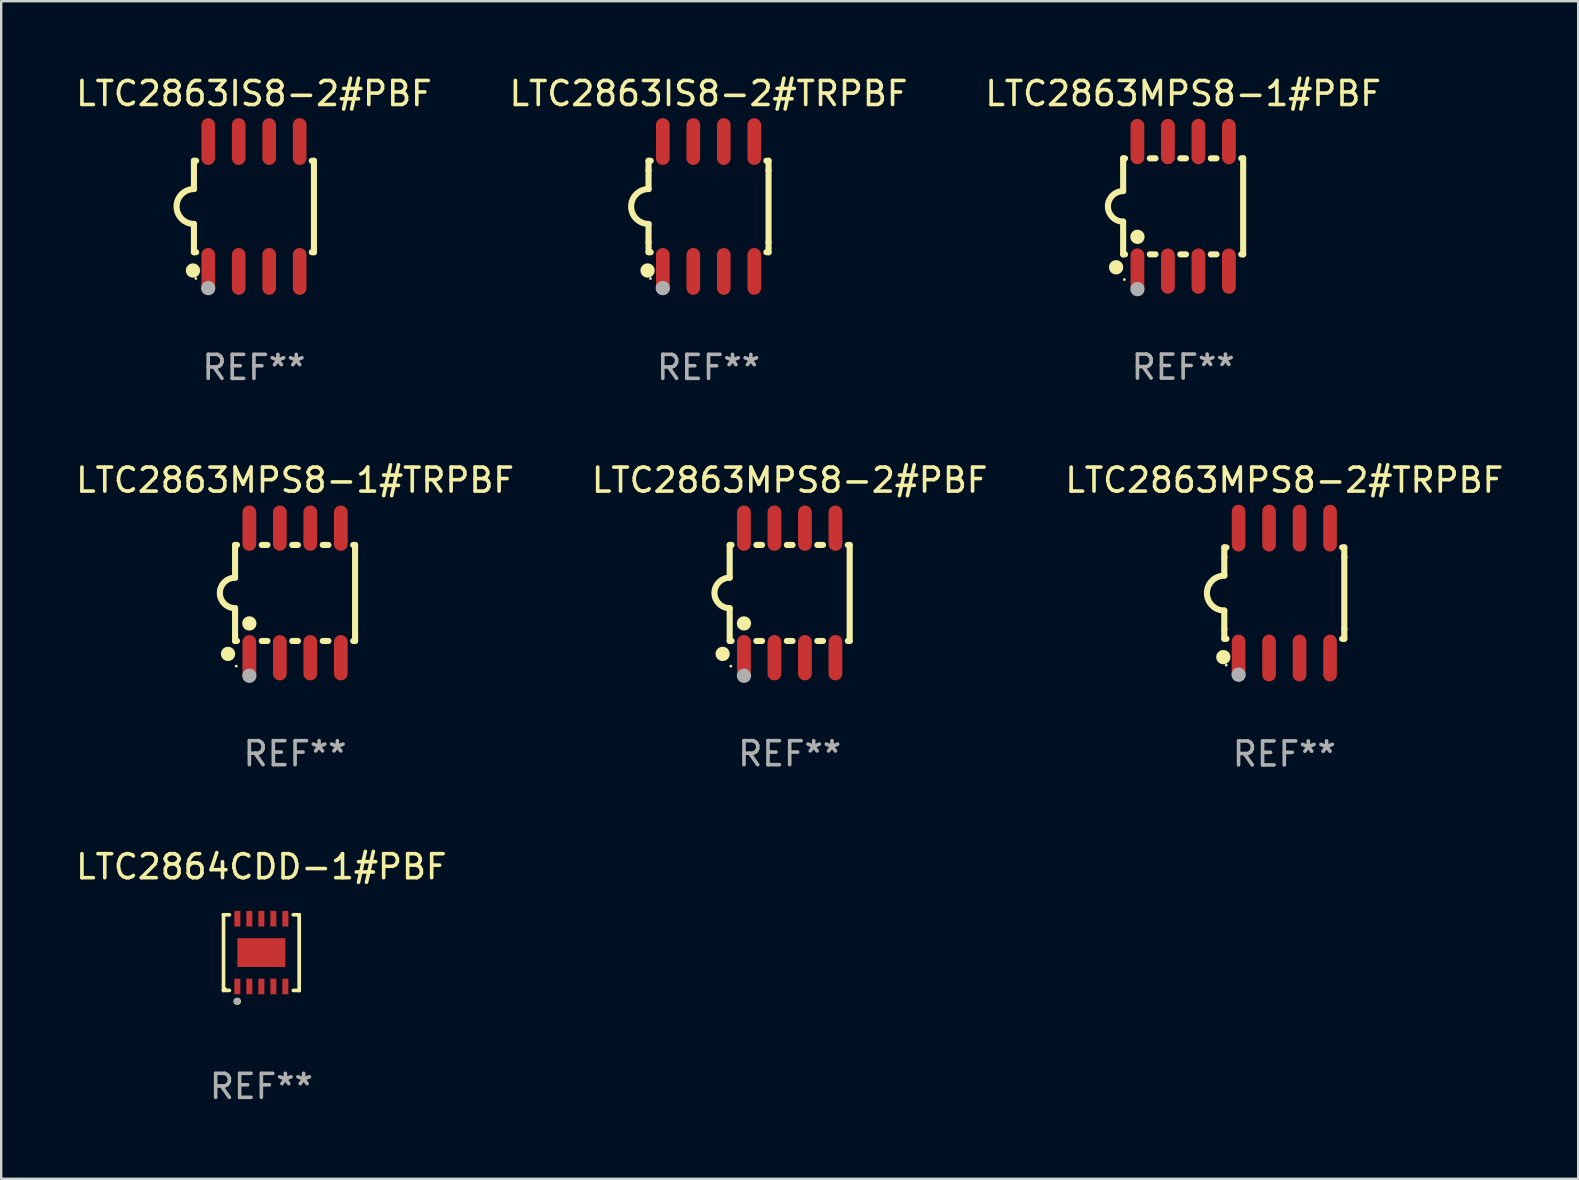
<source format=kicad_pcb>
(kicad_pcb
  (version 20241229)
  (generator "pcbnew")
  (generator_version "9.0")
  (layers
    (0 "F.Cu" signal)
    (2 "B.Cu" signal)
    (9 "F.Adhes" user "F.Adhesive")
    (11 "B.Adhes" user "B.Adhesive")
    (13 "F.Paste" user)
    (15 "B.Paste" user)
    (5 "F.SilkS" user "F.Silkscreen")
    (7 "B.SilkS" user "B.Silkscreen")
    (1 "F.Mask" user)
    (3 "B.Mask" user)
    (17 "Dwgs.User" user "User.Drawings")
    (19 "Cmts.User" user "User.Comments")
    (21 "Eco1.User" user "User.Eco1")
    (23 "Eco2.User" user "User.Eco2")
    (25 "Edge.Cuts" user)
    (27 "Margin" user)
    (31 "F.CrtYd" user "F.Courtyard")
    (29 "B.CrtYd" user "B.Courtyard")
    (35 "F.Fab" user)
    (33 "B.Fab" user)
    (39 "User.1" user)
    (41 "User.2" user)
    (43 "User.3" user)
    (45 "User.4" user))
  (footprint "LTC2863IS8-2#TRPBF"
    (layer "F.Cu")
    (at 26.47 5.553)
    (property "Reference" "LTC2863IS8-2#TRPBF" (at 0 -4.705 0) (layer "F.SilkS") (effects (font (size 1 1) (thickness 0.15))))
    (attr through_hole)
    (fp_line (start -2.5 -1.905) (end -2.409 -1.905) (stroke (width 0.254) (type solid)) (layer "F.SilkS"))
    (fp_line (start -2.5 -1.5) (end -2.5 -1.905) (stroke (width 0.254) (type solid)) (layer "F.SilkS"))
    (fp_line (start -2.5 -1.5) (end -2.5 -0.726) (stroke (width 0.254) (type solid)) (layer "F.SilkS"))
    (fp_line (start -2.5 1.5) (end -2.5 0.727) (stroke (width 0.254) (type solid)) (layer "F.SilkS"))
    (fp_line (start -2.5 1.5) (end -2.5 1.905) (stroke (width 0.254) (type solid)) (layer "F.SilkS"))
    (fp_line (start -2.5 1.905) (end -2.409 1.905) (stroke (width 0.254) (type solid)) (layer "F.SilkS"))
    (fp_line (start 2.5 -1.905) (end 2.409 -1.905) (stroke (width 0.254) (type solid)) (layer "F.SilkS"))
    (fp_line (start 2.5 -1.5) (end 2.5 -1.905) (stroke (width 0.254) (type solid)) (layer "F.SilkS"))
    (fp_line (start 2.5 -1.5) (end 2.5 1.5) (stroke (width 0.254) (type solid)) (layer "F.SilkS"))
    (fp_line (start 2.5 1.5) (end 2.5 1.905) (stroke (width 0.254) (type solid)) (layer "F.SilkS"))
    (fp_line (start 2.5 1.905) (end 2.409 1.905) (stroke (width 0.254) (type solid)) (layer "F.SilkS"))
    (fp_arc (start -2.5 0.726568) (mid -3.220316 -0.0023) (end -2.495097 -0.726289) (stroke (width 0.254001) (type solid)) (layer "F.SilkS"))
    (fp_circle (center -2.54 2.667) (end -2.39 2.667) (stroke (width 0.3) (type solid)) (fill no) (layer "F.SilkS"))
    (fp_circle (center -2.42 3) (end -2.39 3) (stroke (width 0.06) (type solid)) (fill no) (layer "F.SilkS"))
    (fp_circle (center -1.905 3.4) (end -1.755 3.4) (stroke (width 0.3) (type solid)) (fill no) (layer "F.Fab"))
    (fp_text user "REF**" (at 0 6.705 0) (layer "F.Fab") (effects (font (size 1 1) (thickness 0.15))))
    (pad "1" smd oval (at -1.905 2.705) (size 0.568 1.95) (layers "F.Cu" "F.Mask" "F.Paste"))
    (pad "2" smd oval (at -0.635 2.705) (size 0.568 1.95) (layers "F.Cu" "F.Mask" "F.Paste"))
    (pad "3" smd oval (at 0.635 2.705) (size 0.568 1.95) (layers "F.Cu" "F.Mask" "F.Paste"))
    (pad "4" smd oval (at 1.905 2.705) (size 0.568 1.95) (layers "F.Cu" "F.Mask" "F.Paste"))
    (pad "5" smd oval (at 1.905 -2.705) (size 0.568 1.95) (layers "F.Cu" "F.Mask" "F.Paste"))
    (pad "6" smd oval (at 0.635 -2.705) (size 0.568 1.95) (layers "F.Cu" "F.Mask" "F.Paste"))
    (pad "7" smd oval (at -0.635 -2.705) (size 0.568 1.95) (layers "F.Cu" "F.Mask" "F.Paste"))
    (pad "8" smd oval (at -1.905 -2.705) (size 0.568 1.95) (layers "F.Cu" "F.Mask" "F.Paste")))
  (footprint "LTC2863MPS8-2#PBF"
    (layer "F.Cu")
    (at 29.851 21.654)
    (property "Reference" "LTC2863MPS8-2#PBF" (at 0 -4.699 0) (layer "F.SilkS") (effects (font (size 1 1) (thickness 0.15))))
    (attr through_hole)
    (fp_line (start -2.5 -2) (end -2.5 -0.635) (stroke (width 0.254) (type solid)) (layer "F.SilkS"))
    (fp_line (start -2.5 -2) (end -2.421 -2) (stroke (width 0.254) (type solid)) (layer "F.SilkS"))
    (fp_line (start -2.5 2) (end -2.5 0.635) (stroke (width 0.254) (type solid)) (layer "F.SilkS"))
    (fp_line (start -2.5 2) (end -2.421 2) (stroke (width 0.254) (type solid)) (layer "F.SilkS"))
    (fp_line (start -1.389 -2) (end -1.151 -2) (stroke (width 0.254) (type solid)) (layer "F.SilkS"))
    (fp_line (start -1.389 2) (end -1.151 2) (stroke (width 0.254) (type solid)) (layer "F.SilkS"))
    (fp_line (start -0.119 -2) (end 0.119 -2) (stroke (width 0.254) (type solid)) (layer "F.SilkS"))
    (fp_line (start -0.119 2) (end 0.119 2) (stroke (width 0.254) (type solid)) (layer "F.SilkS"))
    (fp_line (start 1.151 -2) (end 1.389 -2) (stroke (width 0.254) (type solid)) (layer "F.SilkS"))
    (fp_line (start 1.151 2) (end 1.389 2) (stroke (width 0.254) (type solid)) (layer "F.SilkS"))
    (fp_line (start 2.421 -2) (end 2.5 -2) (stroke (width 0.254) (type solid)) (layer "F.SilkS"))
    (fp_line (start 2.421 2) (end 2.5 2) (stroke (width 0.254) (type solid)) (layer "F.SilkS"))
    (fp_line (start 2.5 -2) (end 2.5 2) (stroke (width 0.254) (type solid)) (layer "F.SilkS"))
    (fp_arc (start -2.5 0.635001) (mid -3.134366 -0.000318) (end -2.499365 -0.635001) (stroke (width 0.254001) (type solid)) (layer "F.SilkS"))
    (fp_circle (center -2.794 2.54) (end -2.644 2.54) (stroke (width 0.3) (type solid)) (fill no) (layer "F.SilkS"))
    (fp_circle (center -2.45 3.05) (end -2.42 3.05) (stroke (width 0.06) (type solid)) (fill no) (layer "F.SilkS"))
    (fp_circle (center -1.905 1.27) (end -1.755 1.27) (stroke (width 0.3) (type solid)) (fill no) (layer "F.SilkS"))
    (fp_circle (center -1.905 3.45) (end -1.755 3.45) (stroke (width 0.3) (type solid)) (fill no) (layer "F.Fab"))
    (fp_text user "REF**" (at 0 6.699 0) (layer "F.Fab") (effects (font (size 1 1) (thickness 0.15))))
    (pad "1" smd oval (at -1.905 2.699) (size 0.574 1.888) (layers "F.Cu" "F.Mask" "F.Paste"))
    (pad "2" smd oval (at -0.635 2.699) (size 0.574 1.888) (layers "F.Cu" "F.Mask" "F.Paste"))
    (pad "3" smd oval (at 0.635 2.699) (size 0.574 1.888) (layers "F.Cu" "F.Mask" "F.Paste"))
    (pad "4" smd oval (at 1.905 2.699) (size 0.574 1.888) (layers "F.Cu" "F.Mask" "F.Paste"))
    (pad "5" smd oval (at 1.905 -2.699) (size 0.574 1.888) (layers "F.Cu" "F.Mask" "F.Paste"))
    (pad "6" smd oval (at 0.635 -2.699) (size 0.574 1.888) (layers "F.Cu" "F.Mask" "F.Paste"))
    (pad "7" smd oval (at -0.635 -2.699) (size 0.574 1.888) (layers "F.Cu" "F.Mask" "F.Paste"))
    (pad "8" smd oval (at -1.905 -2.699) (size 0.574 1.888) (layers "F.Cu" "F.Mask" "F.Paste")))
  (footprint "LTC2864CDD-1#PBF"
    (layer "F.Cu")
    (at 7.839 36.638)
    (property "Reference" "LTC2864CDD-1#PBF" (at 0 -3.576 0) (layer "F.SilkS") (effects (font (size 1 1) (thickness 0.15))))
    (attr through_hole)
    (fp_line (start -1.576 -1.576) (end -1.576 -1.576) (stroke (width 0.152) (type solid)) (layer "F.SilkS"))
    (fp_line (start -1.576 -1.576) (end -1.331 -1.576) (stroke (width 0.152) (type solid)) (layer "F.SilkS"))
    (fp_line (start -1.576 1.576) (end -1.576 -1.576) (stroke (width 0.152) (type solid)) (layer "F.SilkS"))
    (fp_line (start -1.576 1.576) (end -1.576 1.576) (stroke (width 0.152) (type solid)) (layer "F.SilkS"))
    (fp_line (start -1.331 1.576) (end -1.576 1.576) (stroke (width 0.152) (type solid)) (layer "F.SilkS"))
    (fp_line (start 1.331 1.576) (end 1.576 1.576) (stroke (width 0.152) (type solid)) (layer "F.SilkS"))
    (fp_line (start 1.576 -1.576) (end 1.331 -1.576) (stroke (width 0.152) (type solid)) (layer "F.SilkS"))
    (fp_line (start 1.576 -1.576) (end 1.576 -1.576) (stroke (width 0.152) (type solid)) (layer "F.SilkS"))
    (fp_line (start 1.576 1.576) (end 1.576 -1.576) (stroke (width 0.152) (type solid)) (layer "F.SilkS"))
    (fp_line (start 1.576 1.576) (end 1.576 1.576) (stroke (width 0.152) (type solid)) (layer "F.SilkS"))
    (fp_circle (center -1.5 1.5) (end -1.47 1.5) (stroke (width 0.06) (type solid)) (fill no) (layer "F.SilkS"))
    (fp_circle (center -1 2.028) (end -0.925 2.028) (stroke (width 0.15) (type solid)) (fill no) (layer "F.SilkS"))
    (fp_circle (center -1.016 2.032) (end -0.941 2.032) (stroke (width 0.15) (type solid)) (fill no) (layer "F.Fab"))
    (fp_text user "REF**" (at 0 5.576 0) (layer "F.Fab") (effects (font (size 1 1) (thickness 0.15))))
    (pad "1" smd rect (at -1 1.411) (size 0.25 0.65) (layers "F.Cu" "F.Mask" "F.Paste"))
    (pad "2" smd rect (at -0.5 1.411) (size 0.25 0.65) (layers "F.Cu" "F.Mask" "F.Paste"))
    (pad "3" smd rect (at 0 1.411) (size 0.25 0.65) (layers "F.Cu" "F.Mask" "F.Paste"))
    (pad "4" smd rect (at 0.5 1.411) (size 0.25 0.65) (layers "F.Cu" "F.Mask" "F.Paste"))
    (pad "5" smd rect (at 1 1.411) (size 0.25 0.65) (layers "F.Cu" "F.Mask" "F.Paste"))
    (pad "6" smd rect (at 1 -1.411) (size 0.25 0.65) (layers "F.Cu" "F.Mask" "F.Paste"))
    (pad "7" smd rect (at 0.5 -1.411) (size 0.25 0.65) (layers "F.Cu" "F.Mask" "F.Paste"))
    (pad "8" smd rect (at 0 -1.411) (size 0.25 0.65) (layers "F.Cu" "F.Mask" "F.Paste"))
    (pad "9" smd rect (at -0.5 -1.411) (size 0.25 0.65) (layers "F.Cu" "F.Mask" "F.Paste"))
    (pad "10" smd rect (at -1 -1.411) (size 0.25 0.65) (layers "F.Cu" "F.Mask" "F.Paste"))
    (pad "11" smd rect (at 0 0) (size 2 1.2) (layers "F.Cu" "F.Mask" "F.Paste")))
  (footprint "LTC2863MPS8-1#TRPBF"
    (layer "F.Cu")
    (at 9.244 21.654)
    (property "Reference" "LTC2863MPS8-1#TRPBF" (at 0 -4.699 0) (layer "F.SilkS") (effects (font (size 1 1) (thickness 0.15))))
    (attr through_hole)
    (fp_line (start -2.5 -2) (end -2.5 -0.635) (stroke (width 0.254) (type solid)) (layer "F.SilkS"))
    (fp_line (start -2.5 -2) (end -2.421 -2) (stroke (width 0.254) (type solid)) (layer "F.SilkS"))
    (fp_line (start -2.5 2) (end -2.5 0.635) (stroke (width 0.254) (type solid)) (layer "F.SilkS"))
    (fp_line (start -2.5 2) (end -2.421 2) (stroke (width 0.254) (type solid)) (layer "F.SilkS"))
    (fp_line (start -1.389 -2) (end -1.151 -2) (stroke (width 0.254) (type solid)) (layer "F.SilkS"))
    (fp_line (start -1.389 2) (end -1.151 2) (stroke (width 0.254) (type solid)) (layer "F.SilkS"))
    (fp_line (start -0.119 -2) (end 0.119 -2) (stroke (width 0.254) (type solid)) (layer "F.SilkS"))
    (fp_line (start -0.119 2) (end 0.119 2) (stroke (width 0.254) (type solid)) (layer "F.SilkS"))
    (fp_line (start 1.151 -2) (end 1.389 -2) (stroke (width 0.254) (type solid)) (layer "F.SilkS"))
    (fp_line (start 1.151 2) (end 1.389 2) (stroke (width 0.254) (type solid)) (layer "F.SilkS"))
    (fp_line (start 2.421 -2) (end 2.5 -2) (stroke (width 0.254) (type solid)) (layer "F.SilkS"))
    (fp_line (start 2.421 2) (end 2.5 2) (stroke (width 0.254) (type solid)) (layer "F.SilkS"))
    (fp_line (start 2.5 -2) (end 2.5 2) (stroke (width 0.254) (type solid)) (layer "F.SilkS"))
    (fp_arc (start -2.5 0.635001) (mid -3.134366 -0.000318) (end -2.499365 -0.635001) (stroke (width 0.254001) (type solid)) (layer "F.SilkS"))
    (fp_circle (center -2.794 2.54) (end -2.644 2.54) (stroke (width 0.3) (type solid)) (fill no) (layer "F.SilkS"))
    (fp_circle (center -2.45 3.05) (end -2.42 3.05) (stroke (width 0.06) (type solid)) (fill no) (layer "F.SilkS"))
    (fp_circle (center -1.905 1.27) (end -1.755 1.27) (stroke (width 0.3) (type solid)) (fill no) (layer "F.SilkS"))
    (fp_circle (center -1.905 3.45) (end -1.755 3.45) (stroke (width 0.3) (type solid)) (fill no) (layer "F.Fab"))
    (fp_text user "REF**" (at 0 6.699 0) (layer "F.Fab") (effects (font (size 1 1) (thickness 0.15))))
    (pad "1" smd oval (at -1.905 2.699) (size 0.574 1.888) (layers "F.Cu" "F.Mask" "F.Paste"))
    (pad "2" smd oval (at -0.635 2.699) (size 0.574 1.888) (layers "F.Cu" "F.Mask" "F.Paste"))
    (pad "3" smd oval (at 0.635 2.699) (size 0.574 1.888) (layers "F.Cu" "F.Mask" "F.Paste"))
    (pad "4" smd oval (at 1.905 2.699) (size 0.574 1.888) (layers "F.Cu" "F.Mask" "F.Paste"))
    (pad "5" smd oval (at 1.905 -2.699) (size 0.574 1.888) (layers "F.Cu" "F.Mask" "F.Paste"))
    (pad "6" smd oval (at 0.635 -2.699) (size 0.574 1.888) (layers "F.Cu" "F.Mask" "F.Paste"))
    (pad "7" smd oval (at -0.635 -2.699) (size 0.574 1.888) (layers "F.Cu" "F.Mask" "F.Paste"))
    (pad "8" smd oval (at -1.905 -2.699) (size 0.574 1.888) (layers "F.Cu" "F.Mask" "F.Paste")))
  (footprint "LTC2863IS8-2#PBF"
    (layer "F.Cu")
    (at 7.53 5.553)
    (property "Reference" "LTC2863IS8-2#PBF" (at 0 -4.705 0) (layer "F.SilkS") (effects (font (size 1 1) (thickness 0.15))))
    (attr through_hole)
    (fp_line (start -2.5 -1.905) (end -2.409 -1.905) (stroke (width 0.254) (type solid)) (layer "F.SilkS"))
    (fp_line (start -2.5 -1.5) (end -2.5 -1.905) (stroke (width 0.254) (type solid)) (layer "F.SilkS"))
    (fp_line (start -2.5 -1.5) (end -2.5 -0.726) (stroke (width 0.254) (type solid)) (layer "F.SilkS"))
    (fp_line (start -2.5 1.5) (end -2.5 0.727) (stroke (width 0.254) (type solid)) (layer "F.SilkS"))
    (fp_line (start -2.5 1.5) (end -2.5 1.905) (stroke (width 0.254) (type solid)) (layer "F.SilkS"))
    (fp_line (start -2.5 1.905) (end -2.409 1.905) (stroke (width 0.254) (type solid)) (layer "F.SilkS"))
    (fp_line (start 2.5 -1.905) (end 2.409 -1.905) (stroke (width 0.254) (type solid)) (layer "F.SilkS"))
    (fp_line (start 2.5 -1.5) (end 2.5 -1.905) (stroke (width 0.254) (type solid)) (layer "F.SilkS"))
    (fp_line (start 2.5 -1.5) (end 2.5 1.5) (stroke (width 0.254) (type solid)) (layer "F.SilkS"))
    (fp_line (start 2.5 1.5) (end 2.5 1.905) (stroke (width 0.254) (type solid)) (layer "F.SilkS"))
    (fp_line (start 2.5 1.905) (end 2.409 1.905) (stroke (width 0.254) (type solid)) (layer "F.SilkS"))
    (fp_arc (start -2.5 0.726568) (mid -3.220316 -0.0023) (end -2.495097 -0.726289) (stroke (width 0.254001) (type solid)) (layer "F.SilkS"))
    (fp_circle (center -2.54 2.667) (end -2.39 2.667) (stroke (width 0.3) (type solid)) (fill no) (layer "F.SilkS"))
    (fp_circle (center -2.42 3) (end -2.39 3) (stroke (width 0.06) (type solid)) (fill no) (layer "F.SilkS"))
    (fp_circle (center -1.905 3.4) (end -1.755 3.4) (stroke (width 0.3) (type solid)) (fill no) (layer "F.Fab"))
    (fp_text user "REF**" (at 0 6.705 0) (layer "F.Fab") (effects (font (size 1 1) (thickness 0.15))))
    (pad "1" smd oval (at -1.905 2.705) (size 0.568 1.95) (layers "F.Cu" "F.Mask" "F.Paste"))
    (pad "2" smd oval (at -0.635 2.705) (size 0.568 1.95) (layers "F.Cu" "F.Mask" "F.Paste"))
    (pad "3" smd oval (at 0.635 2.705) (size 0.568 1.95) (layers "F.Cu" "F.Mask" "F.Paste"))
    (pad "4" smd oval (at 1.905 2.705) (size 0.568 1.95) (layers "F.Cu" "F.Mask" "F.Paste"))
    (pad "5" smd oval (at 1.905 -2.705) (size 0.568 1.95) (layers "F.Cu" "F.Mask" "F.Paste"))
    (pad "6" smd oval (at 0.635 -2.705) (size 0.568 1.95) (layers "F.Cu" "F.Mask" "F.Paste"))
    (pad "7" smd oval (at -0.635 -2.705) (size 0.568 1.95) (layers "F.Cu" "F.Mask" "F.Paste"))
    (pad "8" smd oval (at -1.905 -2.705) (size 0.568 1.95) (layers "F.Cu" "F.Mask" "F.Paste")))
  (footprint "LTC2863MPS8-1#PBF"
    (layer "F.Cu")
    (at 46.244 5.547)
    (property "Reference" "LTC2863MPS8-1#PBF" (at 0 -4.699 0) (layer "F.SilkS") (effects (font (size 1 1) (thickness 0.15))))
    (attr through_hole)
    (fp_line (start -2.5 -2) (end -2.5 -0.635) (stroke (width 0.254) (type solid)) (layer "F.SilkS"))
    (fp_line (start -2.5 -2) (end -2.421 -2) (stroke (width 0.254) (type solid)) (layer "F.SilkS"))
    (fp_line (start -2.5 2) (end -2.5 0.635) (stroke (width 0.254) (type solid)) (layer "F.SilkS"))
    (fp_line (start -2.5 2) (end -2.421 2) (stroke (width 0.254) (type solid)) (layer "F.SilkS"))
    (fp_line (start -1.389 -2) (end -1.151 -2) (stroke (width 0.254) (type solid)) (layer "F.SilkS"))
    (fp_line (start -1.389 2) (end -1.151 2) (stroke (width 0.254) (type solid)) (layer "F.SilkS"))
    (fp_line (start -0.119 -2) (end 0.119 -2) (stroke (width 0.254) (type solid)) (layer "F.SilkS"))
    (fp_line (start -0.119 2) (end 0.119 2) (stroke (width 0.254) (type solid)) (layer "F.SilkS"))
    (fp_line (start 1.151 -2) (end 1.389 -2) (stroke (width 0.254) (type solid)) (layer "F.SilkS"))
    (fp_line (start 1.151 2) (end 1.389 2) (stroke (width 0.254) (type solid)) (layer "F.SilkS"))
    (fp_line (start 2.421 -2) (end 2.5 -2) (stroke (width 0.254) (type solid)) (layer "F.SilkS"))
    (fp_line (start 2.421 2) (end 2.5 2) (stroke (width 0.254) (type solid)) (layer "F.SilkS"))
    (fp_line (start 2.5 -2) (end 2.5 2) (stroke (width 0.254) (type solid)) (layer "F.SilkS"))
    (fp_arc (start -2.5 0.635001) (mid -3.134366 -0.000318) (end -2.499365 -0.635001) (stroke (width 0.254001) (type solid)) (layer "F.SilkS"))
    (fp_circle (center -2.794 2.54) (end -2.644 2.54) (stroke (width 0.3) (type solid)) (fill no) (layer "F.SilkS"))
    (fp_circle (center -2.45 3.05) (end -2.42 3.05) (stroke (width 0.06) (type solid)) (fill no) (layer "F.SilkS"))
    (fp_circle (center -1.905 1.27) (end -1.755 1.27) (stroke (width 0.3) (type solid)) (fill no) (layer "F.SilkS"))
    (fp_circle (center -1.905 3.45) (end -1.755 3.45) (stroke (width 0.3) (type solid)) (fill no) (layer "F.Fab"))
    (fp_text user "REF**" (at 0 6.699 0) (layer "F.Fab") (effects (font (size 1 1) (thickness 0.15))))
    (pad "1" smd oval (at -1.905 2.699) (size 0.574 1.888) (layers "F.Cu" "F.Mask" "F.Paste"))
    (pad "2" smd oval (at -0.635 2.699) (size 0.574 1.888) (layers "F.Cu" "F.Mask" "F.Paste"))
    (pad "3" smd oval (at 0.635 2.699) (size 0.574 1.888) (layers "F.Cu" "F.Mask" "F.Paste"))
    (pad "4" smd oval (at 1.905 2.699) (size 0.574 1.888) (layers "F.Cu" "F.Mask" "F.Paste"))
    (pad "5" smd oval (at 1.905 -2.699) (size 0.574 1.888) (layers "F.Cu" "F.Mask" "F.Paste"))
    (pad "6" smd oval (at 0.635 -2.699) (size 0.574 1.888) (layers "F.Cu" "F.Mask" "F.Paste"))
    (pad "7" smd oval (at -0.635 -2.699) (size 0.574 1.888) (layers "F.Cu" "F.Mask" "F.Paste"))
    (pad "8" smd oval (at -1.905 -2.699) (size 0.574 1.888) (layers "F.Cu" "F.Mask" "F.Paste")))
  (footprint "LTC2863MPS8-2#TRPBF"
    (layer "F.Cu")
    (at 50.458 21.66)
    (property "Reference" "LTC2863MPS8-2#TRPBF" (at 0 -4.705 0) (layer "F.SilkS") (effects (font (size 1 1) (thickness 0.15))))
    (attr through_hole)
    (fp_line (start -2.5 -1.905) (end -2.409 -1.905) (stroke (width 0.254) (type solid)) (layer "F.SilkS"))
    (fp_line (start -2.5 -1.5) (end -2.5 -1.905) (stroke (width 0.254) (type solid)) (layer "F.SilkS"))
    (fp_line (start -2.5 -1.5) (end -2.5 -0.726) (stroke (width 0.254) (type solid)) (layer "F.SilkS"))
    (fp_line (start -2.5 1.5) (end -2.5 0.727) (stroke (width 0.254) (type solid)) (layer "F.SilkS"))
    (fp_line (start -2.5 1.5) (end -2.5 1.905) (stroke (width 0.254) (type solid)) (layer "F.SilkS"))
    (fp_line (start -2.5 1.905) (end -2.409 1.905) (stroke (width 0.254) (type solid)) (layer "F.SilkS"))
    (fp_line (start 2.5 -1.905) (end 2.409 -1.905) (stroke (width 0.254) (type solid)) (layer "F.SilkS"))
    (fp_line (start 2.5 -1.5) (end 2.5 -1.905) (stroke (width 0.254) (type solid)) (layer "F.SilkS"))
    (fp_line (start 2.5 -1.5) (end 2.5 1.5) (stroke (width 0.254) (type solid)) (layer "F.SilkS"))
    (fp_line (start 2.5 1.5) (end 2.5 1.905) (stroke (width 0.254) (type solid)) (layer "F.SilkS"))
    (fp_line (start 2.5 1.905) (end 2.409 1.905) (stroke (width 0.254) (type solid)) (layer "F.SilkS"))
    (fp_arc (start -2.5 0.726568) (mid -3.220316 -0.0023) (end -2.495097 -0.726289) (stroke (width 0.254001) (type solid)) (layer "F.SilkS"))
    (fp_circle (center -2.54 2.667) (end -2.39 2.667) (stroke (width 0.3) (type solid)) (fill no) (layer "F.SilkS"))
    (fp_circle (center -2.42 3) (end -2.39 3) (stroke (width 0.06) (type solid)) (fill no) (layer "F.SilkS"))
    (fp_circle (center -1.905 3.4) (end -1.755 3.4) (stroke (width 0.3) (type solid)) (fill no) (layer "F.Fab"))
    (fp_text user "REF**" (at 0 6.705 0) (layer "F.Fab") (effects (font (size 1 1) (thickness 0.15))))
    (pad "1" smd oval (at -1.905 2.705) (size 0.568 1.95) (layers "F.Cu" "F.Mask" "F.Paste"))
    (pad "2" smd oval (at -0.635 2.705) (size 0.568 1.95) (layers "F.Cu" "F.Mask" "F.Paste"))
    (pad "3" smd oval (at 0.635 2.705) (size 0.568 1.95) (layers "F.Cu" "F.Mask" "F.Paste"))
    (pad "4" smd oval (at 1.905 2.705) (size 0.568 1.95) (layers "F.Cu" "F.Mask" "F.Paste"))
    (pad "5" smd oval (at 1.905 -2.705) (size 0.568 1.95) (layers "F.Cu" "F.Mask" "F.Paste"))
    (pad "6" smd oval (at 0.635 -2.705) (size 0.568 1.95) (layers "F.Cu" "F.Mask" "F.Paste"))
    (pad "7" smd oval (at -0.635 -2.705) (size 0.568 1.95) (layers "F.Cu" "F.Mask" "F.Paste"))
    (pad "8" smd oval (at -1.905 -2.705) (size 0.568 1.95) (layers "F.Cu" "F.Mask" "F.Paste")))
  (gr_rect
    (start -3 -3)
    (end 62.702 46.062)
    (stroke (width 0.1) (type default))
    (fill no)
    (layer "Edge.Cuts")))
</source>
